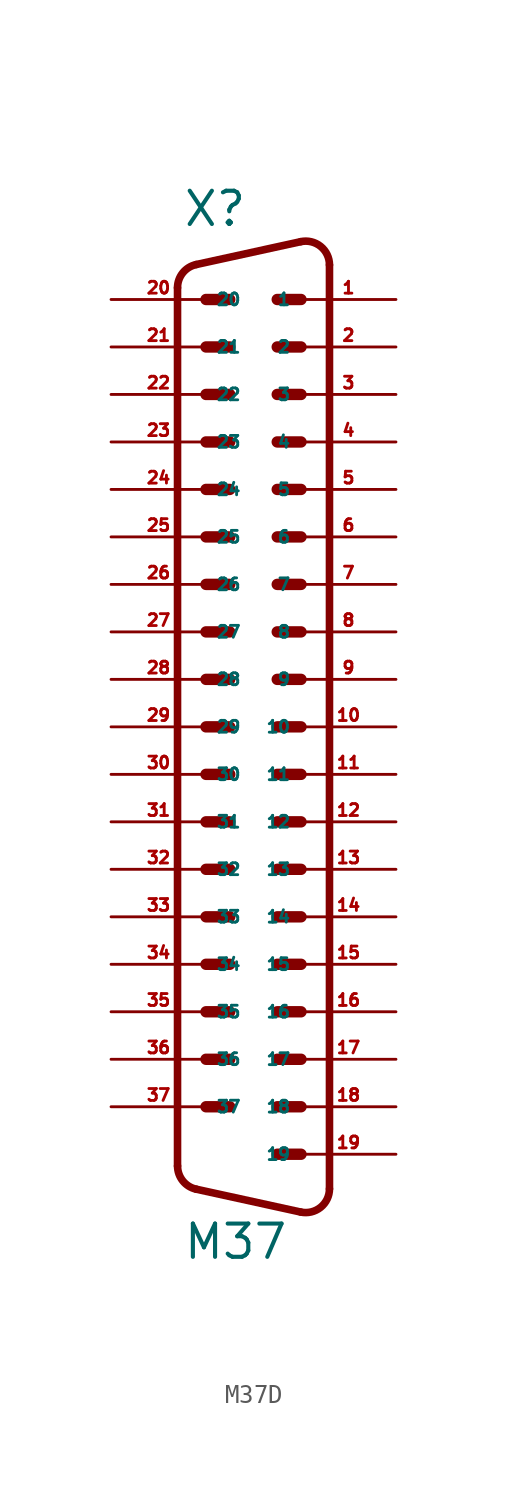
<source format=kicad_sym>
(kicad_symbol_lib
  (version 20220914)
  (generator Eagle2Kicad)
  (symbol "M37D"
    (property "Reference" "X"
      (at -3.81 24.13 0)
      (effects (font (size 1.778 1.778) (thickness 0.22)) (justify left bottom)))
    (property "Value" "M37"
      (at -3.81 -31.115 0)
      (effects (font (size 1.778 1.778) (thickness 0.22)) (justify left bottom)))
    (polyline
      (pts (xy 1.27 20.32) (xy 2.54 20.32))
      (stroke (width 0.61) (type default))
      (fill (type none)))
    (polyline
      (pts (xy -2.54 20.32) (xy -1.27 20.32))
      (stroke (width 0.61) (type default))
      (fill (type none)))
    (polyline
      (pts (xy 1.27 15.24) (xy 2.54 15.24))
      (stroke (width 0.61) (type default))
      (fill (type none)))
    (polyline
      (pts (xy -2.54 17.78) (xy -1.27 17.78))
      (stroke (width 0.61) (type default))
      (fill (type none)))
    (polyline
      (pts (xy 1.27 10.16) (xy 2.54 10.16))
      (stroke (width 0.61) (type default))
      (fill (type none)))
    (polyline
      (pts (xy -2.54 15.24) (xy -1.27 15.24))
      (stroke (width 0.61) (type default))
      (fill (type none)))
    (polyline
      (pts (xy 1.27 5.08) (xy 2.54 5.08))
      (stroke (width 0.61) (type default))
      (fill (type none)))
    (polyline
      (pts (xy -2.54 12.7) (xy -1.27 12.7))
      (stroke (width 0.61) (type default))
      (fill (type none)))
    (polyline
      (pts (xy 1.27 0) (xy 2.54 0))
      (stroke (width 0.61) (type default))
      (fill (type none)))
    (polyline
      (pts (xy -2.54 10.16) (xy -1.27 10.16))
      (stroke (width 0.61) (type default))
      (fill (type none)))
    (polyline
      (pts (xy 1.27 -5.08) (xy 2.54 -5.08))
      (stroke (width 0.61) (type default))
      (fill (type none)))
    (polyline
      (pts (xy -2.54 7.62) (xy -1.27 7.62))
      (stroke (width 0.61) (type default))
      (fill (type none)))
    (polyline
      (pts (xy 1.27 -10.16) (xy 2.54 -10.16))
      (stroke (width 0.61) (type default))
      (fill (type none)))
    (polyline
      (pts (xy -2.54 5.08) (xy -1.27 5.08))
      (stroke (width 0.61) (type default))
      (fill (type none)))
    (polyline
      (pts (xy 1.27 -15.24) (xy 2.54 -15.24))
      (stroke (width 0.61) (type default))
      (fill (type none)))
    (polyline
      (pts (xy -2.54 2.54) (xy -1.27 2.54))
      (stroke (width 0.61) (type default))
      (fill (type none)))
    (polyline
      (pts (xy 1.27 -20.32) (xy 2.54 -20.32))
      (stroke (width 0.61) (type default))
      (fill (type none)))
    (polyline
      (pts (xy -2.54 0) (xy -1.27 0))
      (stroke (width 0.61) (type default))
      (fill (type none)))
    (polyline
      (pts (xy 1.27 -25.4) (xy 2.54 -25.4))
      (stroke (width 0.61) (type default))
      (fill (type none)))
    (polyline
      (pts (xy -2.54 -2.54) (xy -1.27 -2.54))
      (stroke (width 0.61) (type default))
      (fill (type none)))
    (polyline
      (pts (xy 1.27 17.78) (xy 2.54 17.78))
      (stroke (width 0.61) (type default))
      (fill (type none)))
    (polyline
      (pts (xy -2.54 -5.08) (xy -1.27 -5.08))
      (stroke (width 0.61) (type default))
      (fill (type none)))
    (polyline
      (pts (xy 1.27 12.7) (xy 2.54 12.7))
      (stroke (width 0.61) (type default))
      (fill (type none)))
    (polyline
      (pts (xy -2.54 -7.62) (xy -1.27 -7.62))
      (stroke (width 0.61) (type default))
      (fill (type none)))
    (polyline
      (pts (xy 1.27 7.62) (xy 2.54 7.62))
      (stroke (width 0.61) (type default))
      (fill (type none)))
    (polyline
      (pts (xy -2.54 -10.16) (xy -1.27 -10.16))
      (stroke (width 0.61) (type default))
      (fill (type none)))
    (polyline
      (pts (xy 1.27 2.54) (xy 2.54 2.54))
      (stroke (width 0.61) (type default))
      (fill (type none)))
    (polyline
      (pts (xy -2.54 -12.7) (xy -1.27 -12.7))
      (stroke (width 0.61) (type default))
      (fill (type none)))
    (polyline
      (pts (xy 1.27 -2.54) (xy 2.54 -2.54))
      (stroke (width 0.61) (type default))
      (fill (type none)))
    (polyline
      (pts (xy -2.54 -15.24) (xy -1.27 -15.24))
      (stroke (width 0.61) (type default))
      (fill (type none)))
    (polyline
      (pts (xy 1.27 -7.62) (xy 2.54 -7.62))
      (stroke (width 0.61) (type default))
      (fill (type none)))
    (polyline
      (pts (xy -2.54 -17.78) (xy -1.27 -17.78))
      (stroke (width 0.61) (type default))
      (fill (type none)))
    (polyline
      (pts (xy 1.27 -12.7) (xy 2.54 -12.7))
      (stroke (width 0.61) (type default))
      (fill (type none)))
    (polyline
      (pts (xy -2.54 -20.32) (xy -1.27 -20.32))
      (stroke (width 0.61) (type default))
      (fill (type none)))
    (polyline
      (pts (xy 1.27 -17.78) (xy 2.54 -17.78))
      (stroke (width 0.61) (type default))
      (fill (type none)))
    (polyline
      (pts (xy -2.54 -22.86) (xy -1.27 -22.86))
      (stroke (width 0.61) (type default))
      (fill (type none)))
    (polyline
      (pts (xy 1.27 -22.86) (xy 2.54 -22.86))
      (stroke (width 0.61) (type default))
      (fill (type none)))
    (arc
      (start 2.5226 -28.4918)
      (mid 3.590 -28.240)
      (end 4.0637 -27.2512)
      (stroke (width 0.4064) (type default))
      (fill (type none)))
    (polyline
      (pts (xy 2.523 -28.492) (xy -3.065 -27.269))
      (stroke (width 0.406) (type default))
      (fill (type none)))
    (arc
      (start -4.064 -26.0288)
      (mid -3.783 -26.825)
      (end -3.0654 -27.2694)
      (stroke (width 0.4064) (type default))
      (fill (type none)))
    (polyline
      (pts (xy -4.064 20.949) (xy -4.064 -26.029))
      (stroke (width 0.406) (type default))
      (fill (type none)))
    (arc
      (start -3.0654 22.1894)
      (mid -3.783 21.745)
      (end -4.064 20.9488)
      (stroke (width 0.4064) (type default))
      (fill (type none)))
    (polyline
      (pts (xy 4.064 22.171) (xy 4.064 -27.251))
      (stroke (width 0.406) (type default))
      (fill (type none)))
    (polyline
      (pts (xy 2.523 23.412) (xy -3.065 22.189))
      (stroke (width 0.406) (type default))
      (fill (type none)))
    (arc
      (start 4.064 22.1712)
      (mid 3.590 23.161)
      (end 2.5226 23.4119)
      (stroke (width 0.4064) (type default))
      (fill (type none)))
    (pin passive line
      (at 7.62 20.32 180)
      (length 5.08)
      (name "1" (effects (font (size 0.635 0.635) (thickness 0.08)) (justify left bottom)))
      (number "1" (effects (font (size 0.635 0.635) (thickness 0.08)) (justify left bottom))))
    (pin passive line
      (at -7.62 20.32 0)
      (length 5.08)
      (name "20" (effects (font (size 0.635 0.635) (thickness 0.08)) (justify left bottom)))
      (number "20" (effects (font (size 0.635 0.635) (thickness 0.08)) (justify left bottom))))
    (pin passive line
      (at 7.62 17.78 180)
      (length 5.08)
      (name "2" (effects (font (size 0.635 0.635) (thickness 0.08)) (justify left bottom)))
      (number "2" (effects (font (size 0.635 0.635) (thickness 0.08)) (justify left bottom))))
    (pin passive line
      (at -7.62 17.78 0)
      (length 5.08)
      (name "21" (effects (font (size 0.635 0.635) (thickness 0.08)) (justify left bottom)))
      (number "21" (effects (font (size 0.635 0.635) (thickness 0.08)) (justify left bottom))))
    (pin passive line
      (at 7.62 15.24 180)
      (length 5.08)
      (name "3" (effects (font (size 0.635 0.635) (thickness 0.08)) (justify left bottom)))
      (number "3" (effects (font (size 0.635 0.635) (thickness 0.08)) (justify left bottom))))
    (pin passive line
      (at -7.62 15.24 0)
      (length 5.08)
      (name "22" (effects (font (size 0.635 0.635) (thickness 0.08)) (justify left bottom)))
      (number "22" (effects (font (size 0.635 0.635) (thickness 0.08)) (justify left bottom))))
    (pin passive line
      (at 7.62 12.7 180)
      (length 5.08)
      (name "4" (effects (font (size 0.635 0.635) (thickness 0.08)) (justify left bottom)))
      (number "4" (effects (font (size 0.635 0.635) (thickness 0.08)) (justify left bottom))))
    (pin passive line
      (at -7.62 12.7 0)
      (length 5.08)
      (name "23" (effects (font (size 0.635 0.635) (thickness 0.08)) (justify left bottom)))
      (number "23" (effects (font (size 0.635 0.635) (thickness 0.08)) (justify left bottom))))
    (pin passive line
      (at 7.62 10.16 180)
      (length 5.08)
      (name "5" (effects (font (size 0.635 0.635) (thickness 0.08)) (justify left bottom)))
      (number "5" (effects (font (size 0.635 0.635) (thickness 0.08)) (justify left bottom))))
    (pin passive line
      (at -7.62 10.16 0)
      (length 5.08)
      (name "24" (effects (font (size 0.635 0.635) (thickness 0.08)) (justify left bottom)))
      (number "24" (effects (font (size 0.635 0.635) (thickness 0.08)) (justify left bottom))))
    (pin passive line
      (at 7.62 7.62 180)
      (length 5.08)
      (name "6" (effects (font (size 0.635 0.635) (thickness 0.08)) (justify left bottom)))
      (number "6" (effects (font (size 0.635 0.635) (thickness 0.08)) (justify left bottom))))
    (pin passive line
      (at -7.62 7.62 0)
      (length 5.08)
      (name "25" (effects (font (size 0.635 0.635) (thickness 0.08)) (justify left bottom)))
      (number "25" (effects (font (size 0.635 0.635) (thickness 0.08)) (justify left bottom))))
    (pin passive line
      (at 7.62 5.08 180)
      (length 5.08)
      (name "7" (effects (font (size 0.635 0.635) (thickness 0.08)) (justify left bottom)))
      (number "7" (effects (font (size 0.635 0.635) (thickness 0.08)) (justify left bottom))))
    (pin passive line
      (at -7.62 5.08 0)
      (length 5.08)
      (name "26" (effects (font (size 0.635 0.635) (thickness 0.08)) (justify left bottom)))
      (number "26" (effects (font (size 0.635 0.635) (thickness 0.08)) (justify left bottom))))
    (pin passive line
      (at 7.62 2.54 180)
      (length 5.08)
      (name "8" (effects (font (size 0.635 0.635) (thickness 0.08)) (justify left bottom)))
      (number "8" (effects (font (size 0.635 0.635) (thickness 0.08)) (justify left bottom))))
    (pin passive line
      (at -7.62 2.54 0)
      (length 5.08)
      (name "27" (effects (font (size 0.635 0.635) (thickness 0.08)) (justify left bottom)))
      (number "27" (effects (font (size 0.635 0.635) (thickness 0.08)) (justify left bottom))))
    (pin passive line
      (at 7.62 0 180)
      (length 5.08)
      (name "9" (effects (font (size 0.635 0.635) (thickness 0.08)) (justify left bottom)))
      (number "9" (effects (font (size 0.635 0.635) (thickness 0.08)) (justify left bottom))))
    (pin passive line
      (at -7.62 0 0)
      (length 5.08)
      (name "28" (effects (font (size 0.635 0.635) (thickness 0.08)) (justify left bottom)))
      (number "28" (effects (font (size 0.635 0.635) (thickness 0.08)) (justify left bottom))))
    (pin passive line
      (at 7.62 -2.54 180)
      (length 5.08)
      (name "10" (effects (font (size 0.635 0.635) (thickness 0.08)) (justify left bottom)))
      (number "10" (effects (font (size 0.635 0.635) (thickness 0.08)) (justify left bottom))))
    (pin passive line
      (at -7.62 -2.54 0)
      (length 5.08)
      (name "29" (effects (font (size 0.635 0.635) (thickness 0.08)) (justify left bottom)))
      (number "29" (effects (font (size 0.635 0.635) (thickness 0.08)) (justify left bottom))))
    (pin passive line
      (at 7.62 -5.08 180)
      (length 5.08)
      (name "11" (effects (font (size 0.635 0.635) (thickness 0.08)) (justify left bottom)))
      (number "11" (effects (font (size 0.635 0.635) (thickness 0.08)) (justify left bottom))))
    (pin passive line
      (at -7.62 -5.08 0)
      (length 5.08)
      (name "30" (effects (font (size 0.635 0.635) (thickness 0.08)) (justify left bottom)))
      (number "30" (effects (font (size 0.635 0.635) (thickness 0.08)) (justify left bottom))))
    (pin passive line
      (at 7.62 -7.62 180)
      (length 5.08)
      (name "12" (effects (font (size 0.635 0.635) (thickness 0.08)) (justify left bottom)))
      (number "12" (effects (font (size 0.635 0.635) (thickness 0.08)) (justify left bottom))))
    (pin passive line
      (at -7.62 -7.62 0)
      (length 5.08)
      (name "31" (effects (font (size 0.635 0.635) (thickness 0.08)) (justify left bottom)))
      (number "31" (effects (font (size 0.635 0.635) (thickness 0.08)) (justify left bottom))))
    (pin passive line
      (at 7.62 -10.16 180)
      (length 5.08)
      (name "13" (effects (font (size 0.635 0.635) (thickness 0.08)) (justify left bottom)))
      (number "13" (effects (font (size 0.635 0.635) (thickness 0.08)) (justify left bottom))))
    (pin passive line
      (at -7.62 -10.16 0)
      (length 5.08)
      (name "32" (effects (font (size 0.635 0.635) (thickness 0.08)) (justify left bottom)))
      (number "32" (effects (font (size 0.635 0.635) (thickness 0.08)) (justify left bottom))))
    (pin passive line
      (at 7.62 -12.7 180)
      (length 5.08)
      (name "14" (effects (font (size 0.635 0.635) (thickness 0.08)) (justify left bottom)))
      (number "14" (effects (font (size 0.635 0.635) (thickness 0.08)) (justify left bottom))))
    (pin passive line
      (at -7.62 -12.7 0)
      (length 5.08)
      (name "33" (effects (font (size 0.635 0.635) (thickness 0.08)) (justify left bottom)))
      (number "33" (effects (font (size 0.635 0.635) (thickness 0.08)) (justify left bottom))))
    (pin passive line
      (at 7.62 -15.24 180)
      (length 5.08)
      (name "15" (effects (font (size 0.635 0.635) (thickness 0.08)) (justify left bottom)))
      (number "15" (effects (font (size 0.635 0.635) (thickness 0.08)) (justify left bottom))))
    (pin passive line
      (at -7.62 -15.24 0)
      (length 5.08)
      (name "34" (effects (font (size 0.635 0.635) (thickness 0.08)) (justify left bottom)))
      (number "34" (effects (font (size 0.635 0.635) (thickness 0.08)) (justify left bottom))))
    (pin passive line
      (at 7.62 -17.78 180)
      (length 5.08)
      (name "16" (effects (font (size 0.635 0.635) (thickness 0.08)) (justify left bottom)))
      (number "16" (effects (font (size 0.635 0.635) (thickness 0.08)) (justify left bottom))))
    (pin passive line
      (at -7.62 -17.78 0)
      (length 5.08)
      (name "35" (effects (font (size 0.635 0.635) (thickness 0.08)) (justify left bottom)))
      (number "35" (effects (font (size 0.635 0.635) (thickness 0.08)) (justify left bottom))))
    (pin passive line
      (at 7.62 -20.32 180)
      (length 5.08)
      (name "17" (effects (font (size 0.635 0.635) (thickness 0.08)) (justify left bottom)))
      (number "17" (effects (font (size 0.635 0.635) (thickness 0.08)) (justify left bottom))))
    (pin passive line
      (at -7.62 -20.32 0)
      (length 5.08)
      (name "36" (effects (font (size 0.635 0.635) (thickness 0.08)) (justify left bottom)))
      (number "36" (effects (font (size 0.635 0.635) (thickness 0.08)) (justify left bottom))))
    (pin passive line
      (at 7.62 -22.86 180)
      (length 5.08)
      (name "18" (effects (font (size 0.635 0.635) (thickness 0.08)) (justify left bottom)))
      (number "18" (effects (font (size 0.635 0.635) (thickness 0.08)) (justify left bottom))))
    (pin passive line
      (at -7.62 -22.86 0)
      (length 5.08)
      (name "37" (effects (font (size 0.635 0.635) (thickness 0.08)) (justify left bottom)))
      (number "37" (effects (font (size 0.635 0.635) (thickness 0.08)) (justify left bottom))))
    (pin passive line
      (at 7.62 -25.4 180)
      (length 5.08)
      (name "19" (effects (font (size 0.635 0.635) (thickness 0.08)) (justify left bottom)))
      (number "19" (effects (font (size 0.635 0.635) (thickness 0.08)) (justify left bottom))))))
</source>
